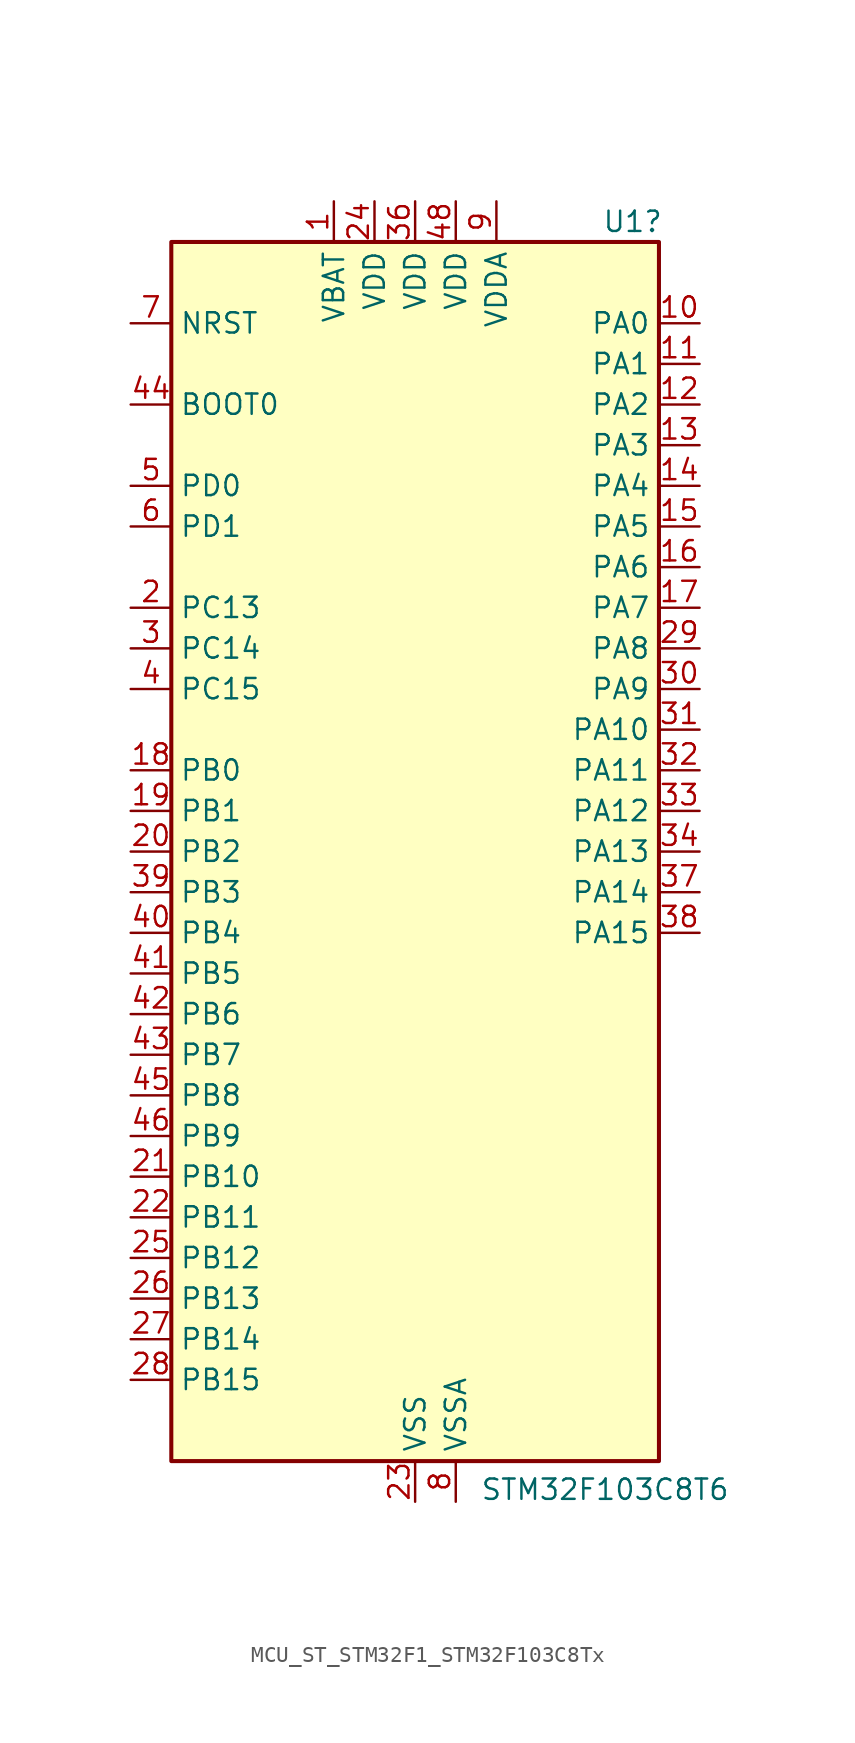
<source format=kicad_sym>
(kicad_symbol_lib
  (version 20241209)
  (generator "kicad_symbol_editor")
  (generator_version "9.0")
  (symbol "MCU_ST_STM32F1_STM32F103C8Tx"
    (property "Reference" "U1"
      (at 11.684 39.37 0)
      (effects (font (size 1.27 1.27)) (justify left)))
    (property "Value" "STM32F103C8T6"
      (at 4.064 -39.878 0)
      (effects (font (size 1.27 1.27)) (justify left)))
    (symbol "MCU_ST_STM32F1_STM32F103C8Tx_0_1"
      (rectangle (start -15.24 -38.1) (end 15.24 38.1) (stroke (width 0.254) (type default)) (fill (type background))))
    (symbol "MCU_ST_STM32F1_STM32F103C8Tx_1_1"
      (pin input line (at -17.78 33.02 0) (length 2.54) (name "NRST" (effects (font (size 1.27 1.27)))) (number "7" (effects (font (size 1.27 1.27)))))
      (pin input line (at -17.78 27.94 0) (length 2.54) (name "BOOT0" (effects (font (size 1.27 1.27)))) (number "44" (effects (font (size 1.27 1.27)))))
      (pin bidirectional line (at -17.78 22.86 0) (length 2.54) (name "PD0" (effects (font (size 1.27 1.27)))) (number "5" (effects (font (size 1.27 1.27)))) (alternate "RCC_OSC_IN" bidirectional line))
      (pin bidirectional line (at -17.78 20.32 0) (length 2.54) (name "PD1" (effects (font (size 1.27 1.27)))) (number "6" (effects (font (size 1.27 1.27)))) (alternate "RCC_OSC_OUT" bidirectional line))
      (pin bidirectional line (at -17.78 15.24 0) (length 2.54) (name "PC13" (effects (font (size 1.27 1.27)))) (number "2" (effects (font (size 1.27 1.27)))) (alternate "RTC_OUT" bidirectional line) (alternate "RTC_TAMPER" bidirectional line))
      (pin bidirectional line (at -17.78 12.7 0) (length 2.54) (name "PC14" (effects (font (size 1.27 1.27)))) (number "3" (effects (font (size 1.27 1.27)))) (alternate "RCC_OSC32_IN" bidirectional line))
      (pin bidirectional line (at -17.78 10.16 0) (length 2.54) (name "PC15" (effects (font (size 1.27 1.27)))) (number "4" (effects (font (size 1.27 1.27)))) (alternate "ADC1_EXTI15" bidirectional line) (alternate "ADC2_EXTI15" bidirectional line) (alternate "RCC_OSC32_OUT" bidirectional line))
      (pin bidirectional line (at -17.78 5.08 0) (length 2.54) (name "PB0" (effects (font (size 1.27 1.27)))) (number "18" (effects (font (size 1.27 1.27)))) (alternate "ADC1_IN8" bidirectional line) (alternate "ADC2_IN8" bidirectional line) (alternate "TIM1_CH2N" bidirectional line) (alternate "TIM3_CH3" bidirectional line))
      (pin bidirectional line (at -17.78 2.54 0) (length 2.54) (name "PB1" (effects (font (size 1.27 1.27)))) (number "19" (effects (font (size 1.27 1.27)))) (alternate "ADC1_IN9" bidirectional line) (alternate "ADC2_IN9" bidirectional line) (alternate "TIM1_CH3N" bidirectional line) (alternate "TIM3_CH4" bidirectional line))
      (pin bidirectional line (at -17.78 0 0) (length 2.54) (name "PB2" (effects (font (size 1.27 1.27)))) (number "20" (effects (font (size 1.27 1.27)))))
      (pin bidirectional line (at -17.78 -2.54 0) (length 2.54) (name "PB3" (effects (font (size 1.27 1.27)))) (number "39" (effects (font (size 1.27 1.27)))) (alternate "SPI1_SCK" bidirectional line) (alternate "SYS_JTDO-TRACESWO" bidirectional line) (alternate "TIM2_CH2" bidirectional line))
      (pin bidirectional line (at -17.78 -5.08 0) (length 2.54) (name "PB4" (effects (font (size 1.27 1.27)))) (number "40" (effects (font (size 1.27 1.27)))) (alternate "SPI1_MISO" bidirectional line) (alternate "SYS_NJTRST" bidirectional line) (alternate "TIM3_CH1" bidirectional line))
      (pin bidirectional line (at -17.78 -7.62 0) (length 2.54) (name "PB5" (effects (font (size 1.27 1.27)))) (number "41" (effects (font (size 1.27 1.27)))) (alternate "I2C1_SMBA" bidirectional line) (alternate "SPI1_MOSI" bidirectional line) (alternate "TIM3_CH2" bidirectional line))
      (pin bidirectional line (at -17.78 -10.16 0) (length 2.54) (name "PB6" (effects (font (size 1.27 1.27)))) (number "42" (effects (font (size 1.27 1.27)))) (alternate "I2C1_SCL" bidirectional line) (alternate "TIM4_CH1" bidirectional line) (alternate "USART1_TX" bidirectional line))
      (pin bidirectional line (at -17.78 -12.7 0) (length 2.54) (name "PB7" (effects (font (size 1.27 1.27)))) (number "43" (effects (font (size 1.27 1.27)))) (alternate "I2C1_SDA" bidirectional line) (alternate "TIM4_CH2" bidirectional line) (alternate "USART1_RX" bidirectional line))
      (pin bidirectional line (at -17.78 -15.24 0) (length 2.54) (name "PB8" (effects (font (size 1.27 1.27)))) (number "45" (effects (font (size 1.27 1.27)))) (alternate "CAN_RX" bidirectional line) (alternate "I2C1_SCL" bidirectional line) (alternate "TIM4_CH3" bidirectional line))
      (pin bidirectional line (at -17.78 -17.78 0) (length 2.54) (name "PB9" (effects (font (size 1.27 1.27)))) (number "46" (effects (font (size 1.27 1.27)))) (alternate "CAN_TX" bidirectional line) (alternate "I2C1_SDA" bidirectional line) (alternate "TIM4_CH4" bidirectional line))
      (pin bidirectional line (at -17.78 -20.32 0) (length 2.54) (name "PB10" (effects (font (size 1.27 1.27)))) (number "21" (effects (font (size 1.27 1.27)))) (alternate "I2C2_SCL" bidirectional line) (alternate "TIM2_CH3" bidirectional line) (alternate "USART3_TX" bidirectional line))
      (pin bidirectional line (at -17.78 -22.86 0) (length 2.54) (name "PB11" (effects (font (size 1.27 1.27)))) (number "22" (effects (font (size 1.27 1.27)))) (alternate "ADC1_EXTI11" bidirectional line) (alternate "ADC2_EXTI11" bidirectional line) (alternate "I2C2_SDA" bidirectional line) (alternate "TIM2_CH4" bidirectional line) (alternate "USART3_RX" bidirectional line))
      (pin bidirectional line (at -17.78 -25.4 0) (length 2.54) (name "PB12" (effects (font (size 1.27 1.27)))) (number "25" (effects (font (size 1.27 1.27)))) (alternate "I2C2_SMBA" bidirectional line) (alternate "SPI2_NSS" bidirectional line) (alternate "TIM1_BKIN" bidirectional line) (alternate "USART3_CK" bidirectional line))
      (pin bidirectional line (at -17.78 -27.94 0) (length 2.54) (name "PB13" (effects (font (size 1.27 1.27)))) (number "26" (effects (font (size 1.27 1.27)))) (alternate "SPI2_SCK" bidirectional line) (alternate "TIM1_CH1N" bidirectional line) (alternate "USART3_CTS" bidirectional line))
      (pin bidirectional line (at -17.78 -30.48 0) (length 2.54) (name "PB14" (effects (font (size 1.27 1.27)))) (number "27" (effects (font (size 1.27 1.27)))) (alternate "SPI2_MISO" bidirectional line) (alternate "TIM1_CH2N" bidirectional line) (alternate "USART3_RTS" bidirectional line))
      (pin bidirectional line (at -17.78 -33.02 0) (length 2.54) (name "PB15" (effects (font (size 1.27 1.27)))) (number "28" (effects (font (size 1.27 1.27)))) (alternate "ADC1_EXTI15" bidirectional line) (alternate "ADC2_EXTI15" bidirectional line) (alternate "SPI2_MOSI" bidirectional line) (alternate "TIM1_CH3N" bidirectional line))
      (pin power_in line (at -5.08 40.64 270) (length 2.54) (name "VBAT" (effects (font (size 1.27 1.27)))) (number "1" (effects (font (size 1.27 1.27)))))
      (pin power_in line (at -2.54 40.64 270) (length 2.54) (name "VDD" (effects (font (size 1.27 1.27)))) (number "24" (effects (font (size 1.27 1.27)))))
      (pin power_in line (at 0 40.64 270) (length 2.54) (name "VDD" (effects (font (size 1.27 1.27)))) (number "36" (effects (font (size 1.27 1.27)))))
      (pin power_in line (at 0 -40.64 90) (length 2.54) (name "VSS" (effects (font (size 1.27 1.27)))) (number "23" (effects (font (size 1.27 1.27)))))
      (pin passive line (at 0 -40.64 90) (length 2.54) (hide yes) (name "VSS" (effects (font (size 1.27 1.27)))) (number "35" (effects (font (size 1.27 1.27)))))
      (pin passive line (at 0 -40.64 90) (length 2.54) (hide yes) (name "VSS" (effects (font (size 1.27 1.27)))) (number "47" (effects (font (size 1.27 1.27)))))
      (pin power_in line (at 2.54 40.64 270) (length 2.54) (name "VDD" (effects (font (size 1.27 1.27)))) (number "48" (effects (font (size 1.27 1.27)))))
      (pin power_in line (at 2.54 -40.64 90) (length 2.54) (name "VSSA" (effects (font (size 1.27 1.27)))) (number "8" (effects (font (size 1.27 1.27)))))
      (pin power_in line (at 5.08 40.64 270) (length 2.54) (name "VDDA" (effects (font (size 1.27 1.27)))) (number "9" (effects (font (size 1.27 1.27)))))
      (pin bidirectional line (at 17.78 33.02 180) (length 2.54) (name "PA0" (effects (font (size 1.27 1.27)))) (number "10" (effects (font (size 1.27 1.27)))) (alternate "ADC1_IN0" bidirectional line) (alternate "ADC2_IN0" bidirectional line) (alternate "SYS_WKUP" bidirectional line) (alternate "TIM2_CH1" bidirectional line) (alternate "TIM2_ETR" bidirectional line) (alternate "USART2_CTS" bidirectional line))
      (pin bidirectional line (at 17.78 30.48 180) (length 2.54) (name "PA1" (effects (font (size 1.27 1.27)))) (number "11" (effects (font (size 1.27 1.27)))) (alternate "ADC1_IN1" bidirectional line) (alternate "ADC2_IN1" bidirectional line) (alternate "TIM2_CH2" bidirectional line) (alternate "USART2_RTS" bidirectional line))
      (pin bidirectional line (at 17.78 27.94 180) (length 2.54) (name "PA2" (effects (font (size 1.27 1.27)))) (number "12" (effects (font (size 1.27 1.27)))) (alternate "ADC1_IN2" bidirectional line) (alternate "ADC2_IN2" bidirectional line) (alternate "TIM2_CH3" bidirectional line) (alternate "USART2_TX" bidirectional line))
      (pin bidirectional line (at 17.78 25.4 180) (length 2.54) (name "PA3" (effects (font (size 1.27 1.27)))) (number "13" (effects (font (size 1.27 1.27)))) (alternate "ADC1_IN3" bidirectional line) (alternate "ADC2_IN3" bidirectional line) (alternate "TIM2_CH4" bidirectional line) (alternate "USART2_RX" bidirectional line))
      (pin bidirectional line (at 17.78 22.86 180) (length 2.54) (name "PA4" (effects (font (size 1.27 1.27)))) (number "14" (effects (font (size 1.27 1.27)))) (alternate "ADC1_IN4" bidirectional line) (alternate "ADC2_IN4" bidirectional line) (alternate "SPI1_NSS" bidirectional line) (alternate "USART2_CK" bidirectional line))
      (pin bidirectional line (at 17.78 20.32 180) (length 2.54) (name "PA5" (effects (font (size 1.27 1.27)))) (number "15" (effects (font (size 1.27 1.27)))) (alternate "ADC1_IN5" bidirectional line) (alternate "ADC2_IN5" bidirectional line) (alternate "SPI1_SCK" bidirectional line))
      (pin bidirectional line (at 17.78 17.78 180) (length 2.54) (name "PA6" (effects (font (size 1.27 1.27)))) (number "16" (effects (font (size 1.27 1.27)))) (alternate "ADC1_IN6" bidirectional line) (alternate "ADC2_IN6" bidirectional line) (alternate "SPI1_MISO" bidirectional line) (alternate "TIM1_BKIN" bidirectional line) (alternate "TIM3_CH1" bidirectional line))
      (pin bidirectional line (at 17.78 15.24 180) (length 2.54) (name "PA7" (effects (font (size 1.27 1.27)))) (number "17" (effects (font (size 1.27 1.27)))) (alternate "ADC1_IN7" bidirectional line) (alternate "ADC2_IN7" bidirectional line) (alternate "SPI1_MOSI" bidirectional line) (alternate "TIM1_CH1N" bidirectional line) (alternate "TIM3_CH2" bidirectional line))
      (pin bidirectional line (at 17.78 12.7 180) (length 2.54) (name "PA8" (effects (font (size 1.27 1.27)))) (number "29" (effects (font (size 1.27 1.27)))) (alternate "RCC_MCO" bidirectional line) (alternate "TIM1_CH1" bidirectional line) (alternate "USART1_CK" bidirectional line))
      (pin bidirectional line (at 17.78 10.16 180) (length 2.54) (name "PA9" (effects (font (size 1.27 1.27)))) (number "30" (effects (font (size 1.27 1.27)))) (alternate "TIM1_CH2" bidirectional line) (alternate "USART1_TX" bidirectional line))
      (pin bidirectional line (at 17.78 7.62 180) (length 2.54) (name "PA10" (effects (font (size 1.27 1.27)))) (number "31" (effects (font (size 1.27 1.27)))) (alternate "TIM1_CH3" bidirectional line) (alternate "USART1_RX" bidirectional line))
      (pin bidirectional line (at 17.78 5.08 180) (length 2.54) (name "PA11" (effects (font (size 1.27 1.27)))) (number "32" (effects (font (size 1.27 1.27)))) (alternate "ADC1_EXTI11" bidirectional line) (alternate "ADC2_EXTI11" bidirectional line) (alternate "CAN_RX" bidirectional line) (alternate "TIM1_CH4" bidirectional line) (alternate "USART1_CTS" bidirectional line) (alternate "USB_DM" bidirectional line))
      (pin bidirectional line (at 17.78 2.54 180) (length 2.54) (name "PA12" (effects (font (size 1.27 1.27)))) (number "33" (effects (font (size 1.27 1.27)))) (alternate "CAN_TX" bidirectional line) (alternate "TIM1_ETR" bidirectional line) (alternate "USART1_RTS" bidirectional line) (alternate "USB_DP" bidirectional line))
      (pin bidirectional line (at 17.78 0 180) (length 2.54) (name "PA13" (effects (font (size 1.27 1.27)))) (number "34" (effects (font (size 1.27 1.27)))) (alternate "SYS_JTMS-SWDIO" bidirectional line))
      (pin bidirectional line (at 17.78 -2.54 180) (length 2.54) (name "PA14" (effects (font (size 1.27 1.27)))) (number "37" (effects (font (size 1.27 1.27)))) (alternate "SYS_JTCK-SWCLK" bidirectional line))
      (pin bidirectional line (at 17.78 -5.08 180) (length 2.54) (name "PA15" (effects (font (size 1.27 1.27)))) (number "38" (effects (font (size 1.27 1.27)))) (alternate "ADC1_EXTI15" bidirectional line) (alternate "ADC2_EXTI15" bidirectional line) (alternate "SPI1_NSS" bidirectional line) (alternate "SYS_JTDI" bidirectional line) (alternate "TIM2_CH1" bidirectional line) (alternate "TIM2_ETR" bidirectional line)))))
</source>
